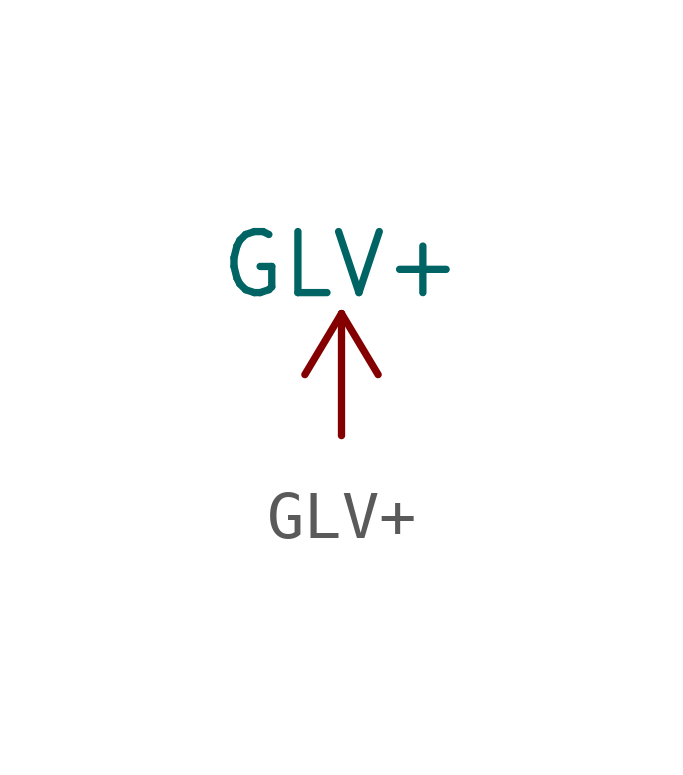
<source format=kicad_sym>
(kicad_symbol_lib
  (version 20211014)
  (generator kicad_symbol_editor)
  (symbol "GLV+"
    (power)
    (pin_names
      (offset 0))
    (property "Reference" "#PWR"
      (at 0 -3.81 0)
      (effects (font (size 1.27 1.27)) hide))
    (property "Value" "GLV+"
      (at 0 3.556 0)
      (effects (font (size 1.27 1.27))))
    (symbol "GLV+_0_1"
      (polyline (pts (xy -0.762 1.27) (xy 0 2.54)) (stroke (width 0) (type default) (color 0 0 0 0)) (fill (type none)))
      (polyline (pts (xy 0 0) (xy 0 2.54)) (stroke (width 0) (type default) (color 0 0 0 0)) (fill (type none)))
      (polyline (pts (xy 0 2.54) (xy 0.762 1.27)) (stroke (width 0) (type default) (color 0 0 0 0)) (fill (type none))))
    (symbol "GLV+_1_1"
      (pin power_in line (at 0 0 90) (length 0) hide (name "+GLV" (effects (font (size 1.27 1.27)))) (number "1" (effects (font (size 1.27 1.27))))))))
</source>
